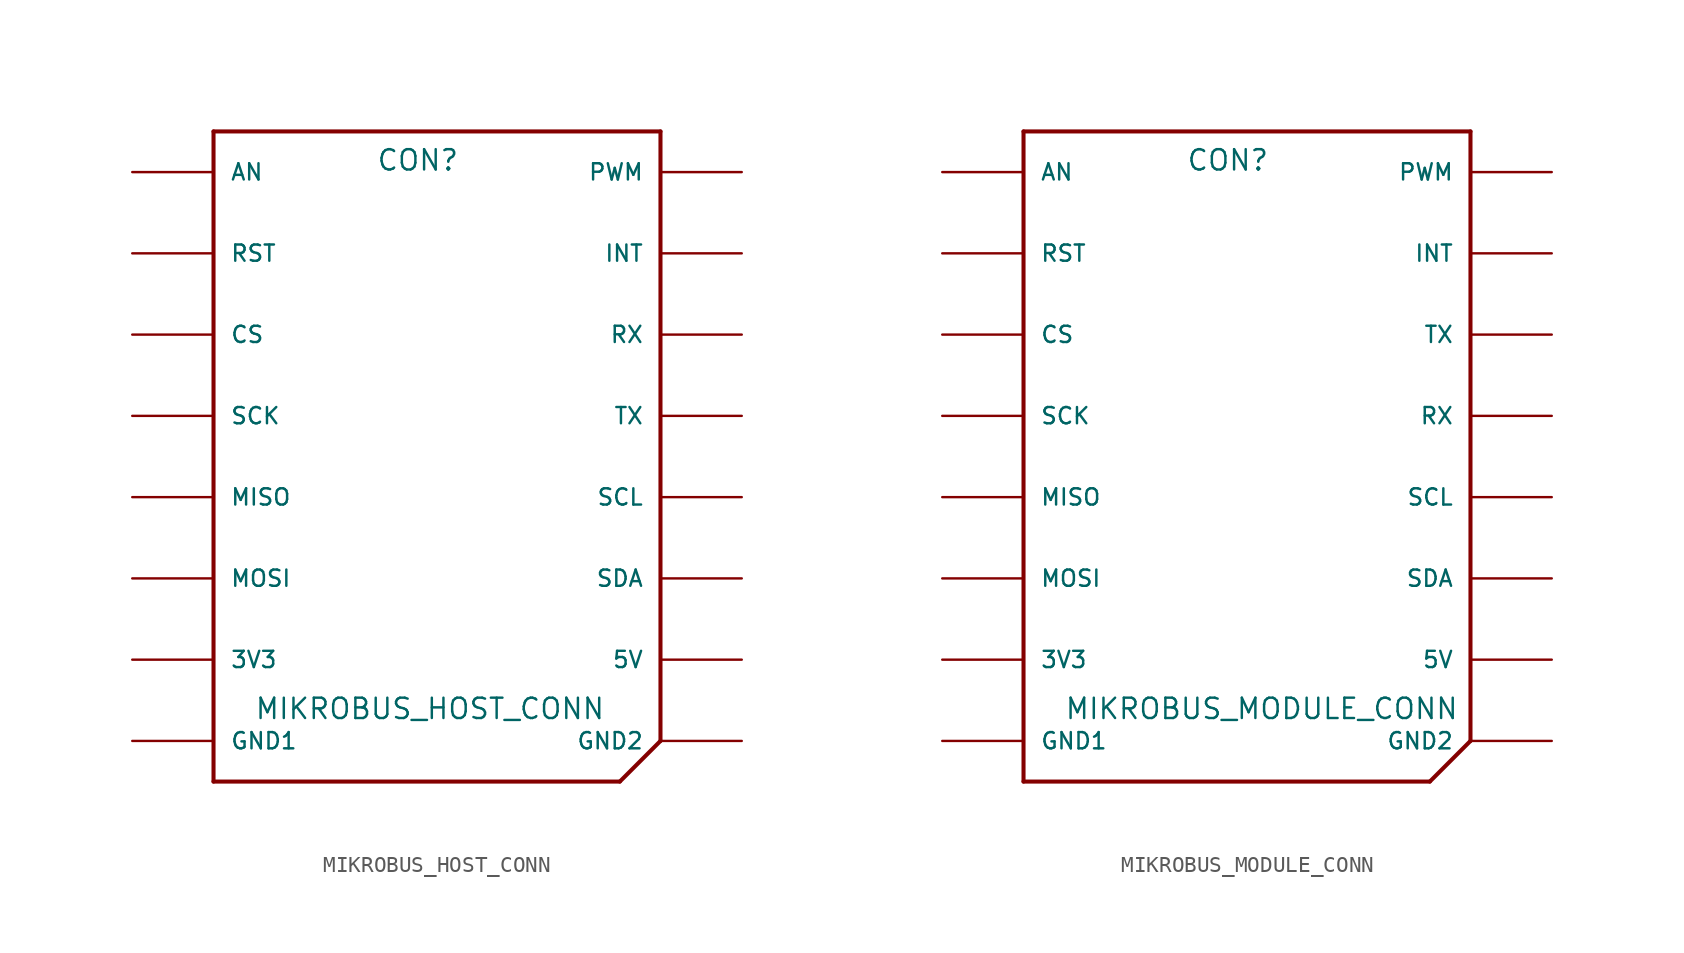
<source format=kicad_sym>
(kicad_symbol_lib
  (version 20211014)
  (generator kicad_symbol_editor)
  (symbol "MIKROBUS_HOST_CONN"
    (pin_numbers hide)
    (pin_names
      (offset 1.016))
    (property "Reference" "CON"
      (at 10.16 38.1 0)
      (effects (font (size 1.27 1.27)) (justify left bottom)))
    (property "Value" "MIKROBUS_HOST_CONN"
      (at 2.54 3.81 0)
      (effects (font (size 1.27 1.27)) (justify left bottom)))
    (symbol "MIKROBUS_HOST_CONN_0_0"
      (polyline (pts (xy 0 0) (xy 0 40.64)) (stroke (width 0.254) (type default) (color 0 0 0 0)) (fill (type none)))
      (polyline (pts (xy 0 40.64) (xy 27.94 40.64)) (stroke (width 0.254) (type default) (color 0 0 0 0)) (fill (type none)))
      (polyline (pts (xy 25.4 0) (xy 0 0)) (stroke (width 0.254) (type default) (color 0 0 0 0)) (fill (type none)))
      (polyline (pts (xy 27.94 2.54) (xy 25.4 0)) (stroke (width 0.254) (type default) (color 0 0 0 0)) (fill (type none)))
      (polyline (pts (xy 27.94 40.64) (xy 27.94 2.54)) (stroke (width 0.254) (type default) (color 0 0 0 0)) (fill (type none)))
      (pin bidirectional line (at -5.08 38.1 0) (length 5.08) (name "AN" (effects (font (size 1.016 1.016)))) (number "P1" (effects (font (size 1.016 1.016)))))
      (pin power_in line (at 33.02 7.62 180) (length 5.08) (name "5V" (effects (font (size 1.016 1.016)))) (number "P10" (effects (font (size 1.016 1.016)))))
      (pin bidirectional line (at 33.02 12.7 180) (length 5.08) (name "SDA" (effects (font (size 1.016 1.016)))) (number "P11" (effects (font (size 1.016 1.016)))))
      (pin bidirectional line (at 33.02 17.78 180) (length 5.08) (name "SCL" (effects (font (size 1.016 1.016)))) (number "P12" (effects (font (size 1.016 1.016)))))
      (pin bidirectional line (at 33.02 22.86 180) (length 5.08) (name "TX" (effects (font (size 1.016 1.016)))) (number "P13" (effects (font (size 1.016 1.016)))))
      (pin bidirectional line (at 33.02 27.94 180) (length 5.08) (name "RX" (effects (font (size 1.016 1.016)))) (number "P14" (effects (font (size 1.016 1.016)))))
      (pin bidirectional line (at 33.02 33.02 180) (length 5.08) (name "INT" (effects (font (size 1.016 1.016)))) (number "P15" (effects (font (size 1.016 1.016)))))
      (pin bidirectional line (at 33.02 38.1 180) (length 5.08) (name "PWM" (effects (font (size 1.016 1.016)))) (number "P16" (effects (font (size 1.016 1.016)))))
      (pin bidirectional line (at -5.08 33.02 0) (length 5.08) (name "RST" (effects (font (size 1.016 1.016)))) (number "P2" (effects (font (size 1.016 1.016)))))
      (pin bidirectional line (at -5.08 27.94 0) (length 5.08) (name "CS" (effects (font (size 1.016 1.016)))) (number "P3" (effects (font (size 1.016 1.016)))))
      (pin bidirectional line (at -5.08 22.86 0) (length 5.08) (name "SCK" (effects (font (size 1.016 1.016)))) (number "P4" (effects (font (size 1.016 1.016)))))
      (pin bidirectional line (at -5.08 17.78 0) (length 5.08) (name "MISO" (effects (font (size 1.016 1.016)))) (number "P5" (effects (font (size 1.016 1.016)))))
      (pin bidirectional line (at -5.08 12.7 0) (length 5.08) (name "MOSI" (effects (font (size 1.016 1.016)))) (number "P6" (effects (font (size 1.016 1.016)))))
      (pin power_in line (at -5.08 7.62 0) (length 5.08) (name "3V3" (effects (font (size 1.016 1.016)))) (number "P7" (effects (font (size 1.016 1.016)))))
      (pin bidirectional line (at -5.08 2.54 0) (length 5.08) (name "GND1" (effects (font (size 1.016 1.016)))) (number "P8" (effects (font (size 1.016 1.016)))))
      (pin bidirectional line (at 33.02 2.54 180) (length 5.08) (name "GND2" (effects (font (size 1.016 1.016)))) (number "P9" (effects (font (size 1.016 1.016)))))))
  (symbol "MIKROBUS_MODULE_CONN"
    (pin_numbers hide)
    (pin_names
      (offset 1.016))
    (property "Reference" "CON"
      (at 10.16 38.1 0)
      (effects (font (size 1.27 1.27)) (justify left bottom)))
    (property "Value" "MIKROBUS_MODULE_CONN"
      (at 2.54 3.81 0)
      (effects (font (size 1.27 1.27)) (justify left bottom)))
    (symbol "MIKROBUS_MODULE_CONN_0_0"
      (polyline (pts (xy 0 0) (xy 0 40.64)) (stroke (width 0.254) (type default) (color 0 0 0 0)) (fill (type none)))
      (polyline (pts (xy 0 40.64) (xy 27.94 40.64)) (stroke (width 0.254) (type default) (color 0 0 0 0)) (fill (type none)))
      (polyline (pts (xy 25.4 0) (xy 0 0)) (stroke (width 0.254) (type default) (color 0 0 0 0)) (fill (type none)))
      (polyline (pts (xy 27.94 2.54) (xy 25.4 0)) (stroke (width 0.254) (type default) (color 0 0 0 0)) (fill (type none)))
      (polyline (pts (xy 27.94 40.64) (xy 27.94 2.54)) (stroke (width 0.254) (type default) (color 0 0 0 0)) (fill (type none)))
      (pin bidirectional line (at -5.08 38.1 0) (length 5.08) (name "AN" (effects (font (size 1.016 1.016)))) (number "P1" (effects (font (size 1.016 1.016)))))
      (pin power_in line (at 33.02 7.62 180) (length 5.08) (name "5V" (effects (font (size 1.016 1.016)))) (number "P10" (effects (font (size 1.016 1.016)))))
      (pin bidirectional line (at 33.02 12.7 180) (length 5.08) (name "SDA" (effects (font (size 1.016 1.016)))) (number "P11" (effects (font (size 1.016 1.016)))))
      (pin bidirectional line (at 33.02 17.78 180) (length 5.08) (name "SCL" (effects (font (size 1.016 1.016)))) (number "P12" (effects (font (size 1.016 1.016)))))
      (pin bidirectional line (at 33.02 22.86 180) (length 5.08) (name "RX" (effects (font (size 1.016 1.016)))) (number "P13" (effects (font (size 1.016 1.016)))))
      (pin bidirectional line (at 33.02 27.94 180) (length 5.08) (name "TX" (effects (font (size 1.016 1.016)))) (number "P14" (effects (font (size 1.016 1.016)))))
      (pin bidirectional line (at 33.02 33.02 180) (length 5.08) (name "INT" (effects (font (size 1.016 1.016)))) (number "P15" (effects (font (size 1.016 1.016)))))
      (pin bidirectional line (at 33.02 38.1 180) (length 5.08) (name "PWM" (effects (font (size 1.016 1.016)))) (number "P16" (effects (font (size 1.016 1.016)))))
      (pin bidirectional line (at -5.08 33.02 0) (length 5.08) (name "RST" (effects (font (size 1.016 1.016)))) (number "P2" (effects (font (size 1.016 1.016)))))
      (pin bidirectional line (at -5.08 27.94 0) (length 5.08) (name "CS" (effects (font (size 1.016 1.016)))) (number "P3" (effects (font (size 1.016 1.016)))))
      (pin bidirectional line (at -5.08 22.86 0) (length 5.08) (name "SCK" (effects (font (size 1.016 1.016)))) (number "P4" (effects (font (size 1.016 1.016)))))
      (pin bidirectional line (at -5.08 17.78 0) (length 5.08) (name "MISO" (effects (font (size 1.016 1.016)))) (number "P5" (effects (font (size 1.016 1.016)))))
      (pin bidirectional line (at -5.08 12.7 0) (length 5.08) (name "MOSI" (effects (font (size 1.016 1.016)))) (number "P6" (effects (font (size 1.016 1.016)))))
      (pin power_in line (at -5.08 7.62 0) (length 5.08) (name "3V3" (effects (font (size 1.016 1.016)))) (number "P7" (effects (font (size 1.016 1.016)))))
      (pin bidirectional line (at -5.08 2.54 0) (length 5.08) (name "GND1" (effects (font (size 1.016 1.016)))) (number "P8" (effects (font (size 1.016 1.016)))))
      (pin bidirectional line (at 33.02 2.54 180) (length 5.08) (name "GND2" (effects (font (size 1.016 1.016)))) (number "P9" (effects (font (size 1.016 1.016))))))))
</source>
